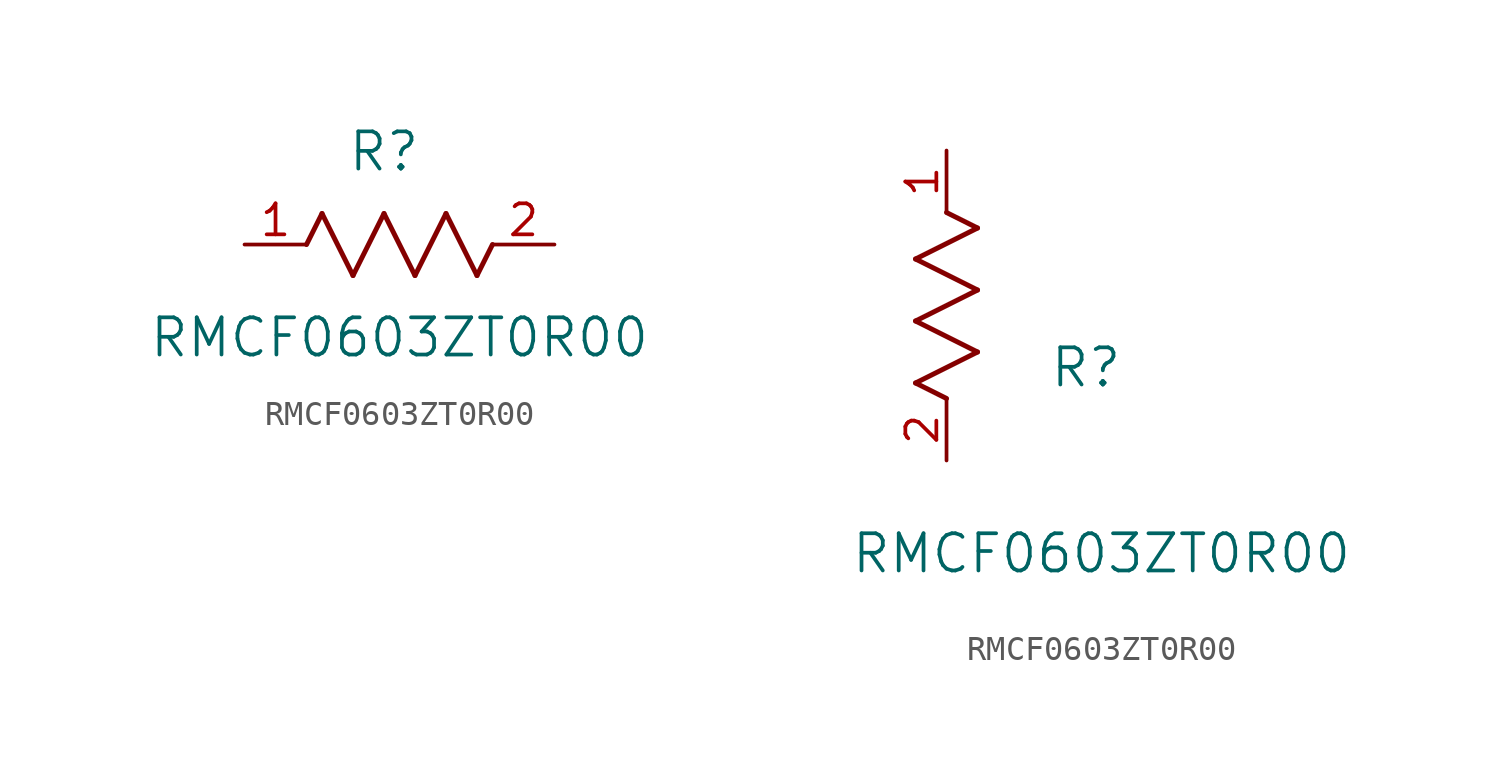
<source format=kicad_sym>
(kicad_symbol_lib
  (version 20211014)
  (generator kicad_symbol_editor)
  (symbol "RMCF0603ZT0R00"
    (pin_names
      (offset 0.254))
    (property "Reference" "R"
      (at 5.715 3.81 0)
      (effects (font (size 1.524 1.524))))
    (property "Value" "RMCF0603ZT0R00"
      (at 6.35 -3.81 0)
      (effects (font (size 1.524 1.524))))
    (symbol "RMCF0603ZT0R00_1_1"
      (polyline (pts (xy 3.175 1.27) (xy 4.445 -1.27)) (stroke (width 0.203) (type default) (color 0 0 0 0)) (fill (type none)))
      (polyline (pts (xy 4.445 -1.27) (xy 5.715 1.27)) (stroke (width 0.203) (type default) (color 0 0 0 0)) (fill (type none)))
      (polyline (pts (xy 5.715 1.27) (xy 6.985 -1.27)) (stroke (width 0.203) (type default) (color 0 0 0 0)) (fill (type none)))
      (polyline (pts (xy 6.985 -1.27) (xy 8.255 1.27)) (stroke (width 0.203) (type default) (color 0 0 0 0)) (fill (type none)))
      (polyline (pts (xy 8.255 1.27) (xy 9.525 -1.27)) (stroke (width 0.203) (type default) (color 0 0 0 0)) (fill (type none)))
      (polyline (pts (xy 2.54 0) (xy 3.175 1.27)) (stroke (width 0.203) (type default) (color 0 0 0 0)) (fill (type none)))
      (polyline (pts (xy 9.525 -1.27) (xy 10.16 0)) (stroke (width 0.203) (type default) (color 0 0 0 0)) (fill (type none)))
      (pin unspecified line (at 0 0 0) (length 2.54) (name "" (effects (font (size 1.27 1.27)))) (number "1" (effects (font (size 1.27 1.27)))))
      (pin unspecified line (at 12.7 0 180) (length 2.54) (name "" (effects (font (size 1.27 1.27)))) (number "2" (effects (font (size 1.27 1.27))))))
    (symbol "RMCF0603ZT0R00_1_2"
      (polyline (pts (xy 0 2.54) (xy -1.27 3.175)) (stroke (width 0.203) (type default) (color 0 0 0 0)) (fill (type none)))
      (polyline (pts (xy -1.27 3.175) (xy 1.27 4.445)) (stroke (width 0.203) (type default) (color 0 0 0 0)) (fill (type none)))
      (polyline (pts (xy 1.27 4.445) (xy -1.27 5.715)) (stroke (width 0.203) (type default) (color 0 0 0 0)) (fill (type none)))
      (polyline (pts (xy -1.27 5.715) (xy 1.27 6.985)) (stroke (width 0.203) (type default) (color 0 0 0 0)) (fill (type none)))
      (polyline (pts (xy -1.27 8.255) (xy 1.27 9.525)) (stroke (width 0.203) (type default) (color 0 0 0 0)) (fill (type none)))
      (polyline (pts (xy 1.27 9.525) (xy 0 10.16)) (stroke (width 0.203) (type default) (color 0 0 0 0)) (fill (type none)))
      (polyline (pts (xy 1.27 6.985) (xy -1.27 8.255)) (stroke (width 0.203) (type default) (color 0 0 0 0)) (fill (type none)))
      (pin unspecified line (at 0 12.7 270) (length 2.54) (name "" (effects (font (size 1.27 1.27)))) (number "1" (effects (font (size 1.27 1.27)))))
      (pin unspecified line (at 0 0 90) (length 2.54) (name "" (effects (font (size 1.27 1.27)))) (number "2" (effects (font (size 1.27 1.27))))))))
</source>
